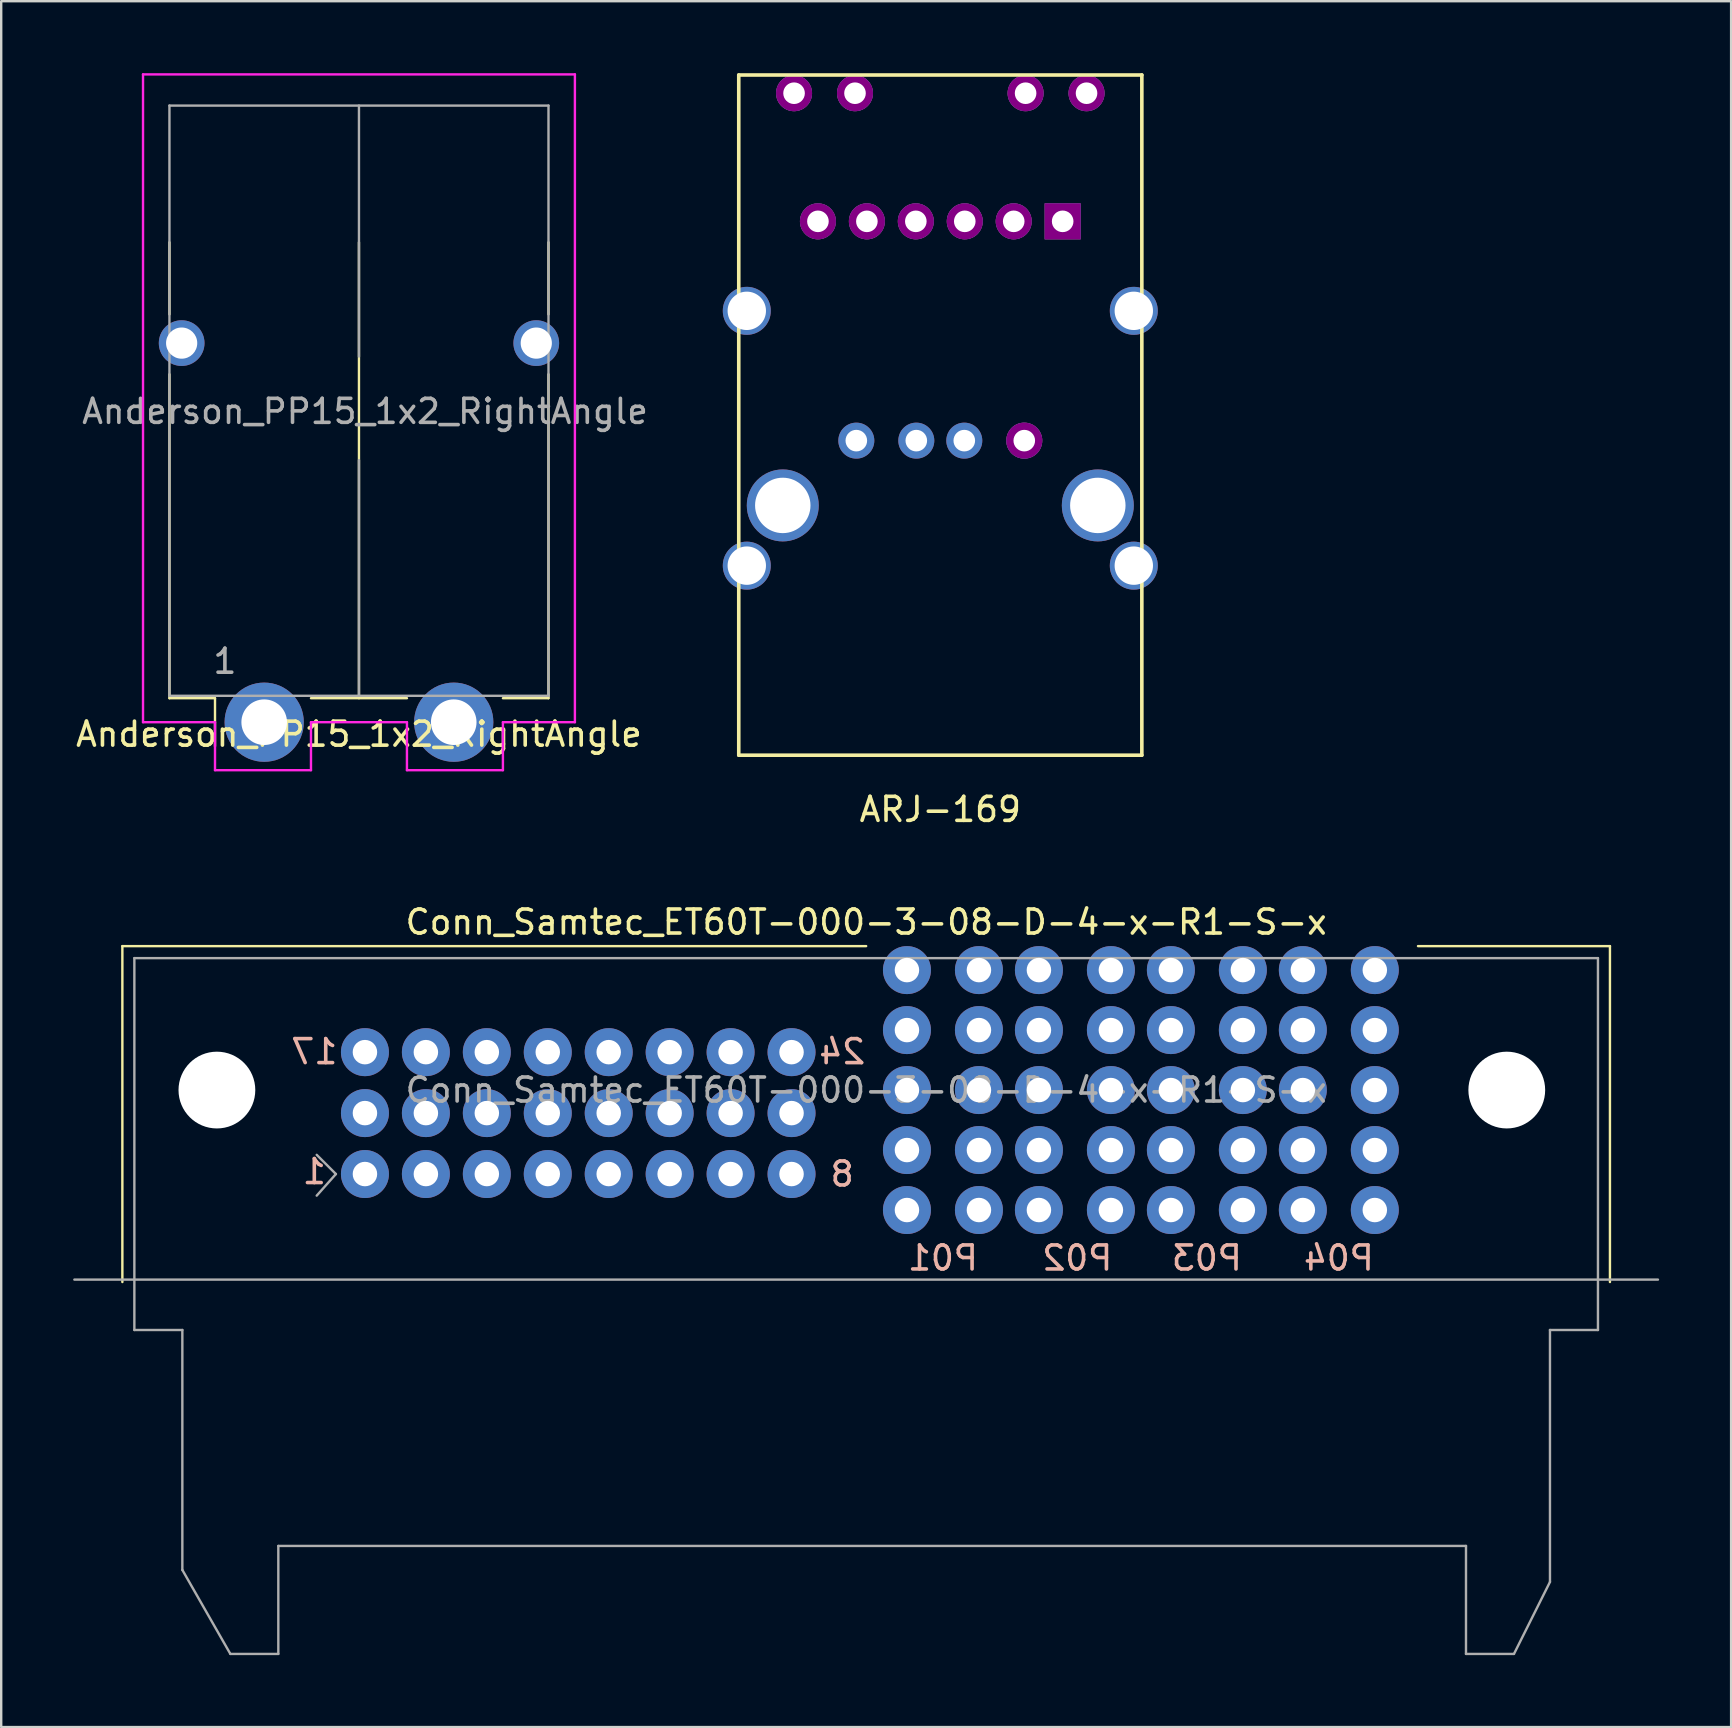
<source format=kicad_pcb>
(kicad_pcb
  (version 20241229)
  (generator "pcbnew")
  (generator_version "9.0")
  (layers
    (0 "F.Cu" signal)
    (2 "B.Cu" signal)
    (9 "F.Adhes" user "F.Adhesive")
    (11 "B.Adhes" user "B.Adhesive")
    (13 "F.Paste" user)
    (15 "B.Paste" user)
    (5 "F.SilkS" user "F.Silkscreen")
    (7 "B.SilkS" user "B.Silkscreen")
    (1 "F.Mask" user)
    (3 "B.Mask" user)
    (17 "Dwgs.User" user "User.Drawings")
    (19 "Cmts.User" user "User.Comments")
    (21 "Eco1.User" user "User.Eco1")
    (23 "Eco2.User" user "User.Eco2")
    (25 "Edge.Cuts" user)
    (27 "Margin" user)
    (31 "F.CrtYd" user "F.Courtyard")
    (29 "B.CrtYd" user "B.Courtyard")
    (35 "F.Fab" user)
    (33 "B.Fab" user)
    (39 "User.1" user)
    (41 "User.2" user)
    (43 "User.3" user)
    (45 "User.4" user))
  (footprint "ARJ-169"
    (layer "F.Cu")
    (at 36.14 20.525)
    (property "Reference" "ARJ-169" (at 0 10.16 0) (layer "F.SilkS") (effects (font (size 1 1) (thickness 0.15))))
    (attr through_hole)
    (fp_line (start -8.4 -20.45) (end 8.4 -20.45) (stroke (width 0.15) (type solid)) (layer "F.SilkS"))
    (fp_line (start -8.4 7.9) (end -8.4 -20.45) (stroke (width 0.15) (type solid)) (layer "F.SilkS"))
    (fp_line (start 8.4 -20.45) (end 8.4 7.9) (stroke (width 0.15) (type solid)) (layer "F.SilkS"))
    (fp_line (start 8.4 7.9) (end -8.4 7.9) (stroke (width 0.15) (type solid)) (layer "F.SilkS"))
    (pad "13" thru_hole circle (at 6.095 -19.69) (size 1.5 1.5) (drill 0.9) (layers "*.Cu" "*.Mask" "F.Adhes"))
    (pad "14" thru_hole circle (at 3.555 -19.69) (size 1.5 1.5) (drill 0.9) (layers "*.Cu" "*.Mask" "F.Adhes"))
    (pad "15" thru_hole circle (at -3.555 -19.69) (size 1.5 1.5) (drill 0.9) (layers "*.Cu" "*.Mask" "F.Adhes"))
    (pad "16" thru_hole circle (at -6.095 -19.69) (size 1.5 1.5) (drill 0.9) (layers "*.Cu" "*.Mask" "F.Adhes"))
    (pad "P1" thru_hole rect (at 5.1 -14.35) (size 1.5 1.5) (drill 0.9) (layers "*.Cu" "*.Mask" "F.Adhes"))
    (pad "P2" thru_hole circle (at 3.06 -14.35) (size 1.5 1.5) (drill 0.9) (layers "*.Cu" "*.Mask" "F.Adhes"))
    (pad "P3" thru_hole circle (at 1.02 -14.35) (size 1.5 1.5) (drill 0.9) (layers "*.Cu" "*.Mask" "F.Adhes"))
    (pad "P4" thru_hole circle (at -1.02 -14.35) (size 1.5 1.5) (drill 0.9) (layers "*.Cu" "*.Mask" "F.Adhes"))
    (pad "P5" thru_hole circle (at -3.06 -14.35) (size 1.5 1.5) (drill 0.9) (layers "*.Cu" "*.Mask" "F.Adhes"))
    (pad "P6" thru_hole circle (at -5.1 -14.35) (size 1.5 1.5) (drill 0.9) (layers "*.Cu" "*.Mask" "F.Adhes"))
    (pad "SH1" thru_hole circle (at 8.065 0) (size 2 2) (drill 1.6) (layers "*.Cu" "*.Mask"))
    (pad "SH2" thru_hole circle (at -8.065 0) (size 2 2) (drill 1.6) (layers "*.Cu" "*.Mask"))
    (pad "SH4" thru_hole circle (at -8.065 -10.62) (size 2 2) (drill 1.6) (layers "*.Cu" "*.Mask"))
    (pad "SH4" thru_hole circle (at 8.065 -10.62) (size 2 2) (drill 1.6) (layers "*.Cu" "*.Mask"))
    (pad "SH5" thru_hole circle (at -6.565 -2.51) (size 3 3) (drill 2.31) (layers "*.Cu" "*.Mask"))
    (pad "SH5" thru_hole circle (at 6.565 -2.51) (size 3 3) (drill 2.31) (layers "*.Cu" "*.Mask"))
    (pad "U1" thru_hole circle (at -3.5 -5.21) (size 1.5 1.5) (drill 0.9) (layers "*.Cu" "*.Mask"))
    (pad "U2" thru_hole circle (at -1 -5.21) (size 1.5 1.5) (drill 0.9) (layers "*.Cu" "*.Mask"))
    (pad "U3" thru_hole circle (at 1 -5.21) (size 1.5 1.5) (drill 0.9) (layers "*.Cu" "*.Mask"))
    (pad "U4" thru_hole circle (at 3.5 -5.21) (size 1.5 1.5) (drill 0.9) (layers "*.Cu" "*.Mask" "F.Adhes")))
  (footprint "Anderson_PP15_1x2_RightAngle"
    (layer "F.Cu")
    (at 7.911 27.05)
    (property "Reference" "Anderson_PP15_1x2_RightAngle" (at 4 0.5 0) (layer "F.SilkS") (effects (font (size 1 1) (thickness 0.15))))
    (attr through_hole)
    (fp_line (start -3.899 -20) (end -3.899 -17) (stroke (width 0.1) (type solid)) (layer "F.SilkS"))
    (fp_line (start -3.899 -14.5) (end -3.899 -1) (stroke (width 0.1) (type solid)) (layer "F.SilkS"))
    (fp_line (start -3.899 -1) (end -2 -1) (stroke (width 0.1) (type solid)) (layer "F.SilkS"))
    (fp_line (start -2 -1) (end -2 1) (stroke (width 0.1) (type solid)) (layer "F.SilkS"))
    (fp_line (start 2 -1) (end 6 -1) (stroke (width 0.1) (type solid)) (layer "F.SilkS"))
    (fp_line (start 4 -1) (end 4 -20) (stroke (width 0.1) (type solid)) (layer "F.SilkS"))
    (fp_line (start 10 -1) (end 11.899 -1) (stroke (width 0.1) (type solid)) (layer "F.SilkS"))
    (fp_line (start 11.899 -20) (end 11.899 -17) (stroke (width 0.1) (type solid)) (layer "F.SilkS"))
    (fp_line (start 11.899 -14.5) (end 11.899 -1) (stroke (width 0.1) (type solid)) (layer "F.SilkS"))
    (fp_line (start -5 -27) (end 13 -27) (stroke (width 0.1) (type solid)) (layer "F.CrtYd"))
    (fp_line (start -5 0) (end -5 -27) (stroke (width 0.1) (type solid)) (layer "F.CrtYd"))
    (fp_line (start -2 0) (end -5 0) (stroke (width 0.1) (type solid)) (layer "F.CrtYd"))
    (fp_line (start -2 2) (end -2 0) (stroke (width 0.1) (type solid)) (layer "F.CrtYd"))
    (fp_line (start 2 0) (end 6 0) (stroke (width 0.1) (type solid)) (layer "F.CrtYd"))
    (fp_line (start 2 2) (end -2 2) (stroke (width 0.1) (type solid)) (layer "F.CrtYd"))
    (fp_line (start 2 2) (end 2 0) (stroke (width 0.1) (type solid)) (layer "F.CrtYd"))
    (fp_line (start 6 0) (end 6 2) (stroke (width 0.1) (type solid)) (layer "F.CrtYd"))
    (fp_line (start 10 0) (end 10 2) (stroke (width 0.1) (type solid)) (layer "F.CrtYd"))
    (fp_line (start 10 2) (end 6 2) (stroke (width 0.1) (type solid)) (layer "F.CrtYd"))
    (fp_line (start 13 -27) (end 13 0) (stroke (width 0.1) (type solid)) (layer "F.CrtYd"))
    (fp_line (start 13 0) (end 10 0) (stroke (width 0.1) (type solid)) (layer "F.CrtYd"))
    (fp_line (start -3.899 -25.7) (end -3.899 -1.1) (stroke (width 0.1) (type solid)) (layer "F.Fab"))
    (fp_line (start -3.899 -25.7) (end 11.899 -25.7) (stroke (width 0.1) (type solid)) (layer "F.Fab"))
    (fp_line (start -3.899 -1.1) (end 11.899 -1.1) (stroke (width 0.1) (type solid)) (layer "F.Fab"))
    (fp_line (start 4 -15.24) (end 4 -25.7) (stroke (width 0.1) (type solid)) (layer "F.Fab"))
    (fp_line (start 4 -1.1) (end 4 -10.922) (stroke (width 0.1) (type solid)) (layer "F.Fab"))
    (fp_line (start 11.899 -25.7) (end 11.899 -1.1) (stroke (width 0.1) (type solid)) (layer "F.Fab"))
    (fp_text user "1" (at -1.588 -2.54 0) (layer "F.Fab") (effects (font (size 1 1) (thickness 0.15))))
    (fp_text user "${REFERENCE}" (at 4.254 -12.954 0) (layer "F.Fab") (effects (font (size 1 1) (thickness 0.15))))
    (pad "1" thru_hole circle (at 0.05 0) (size 3.302 3.302) (drill 1.9) (layers "*.Cu" "*.Mask"))
    (pad "2" thru_hole circle (at 7.95 0) (size 3.302 3.302) (drill 1.9) (layers "*.Cu" "*.Mask"))
    (pad "MH1" thru_hole circle (at -3.39 -15.8) (size 1.905 1.905) (drill 1.3) (layers "*.Cu" "*.Mask"))
    (pad "MH2" thru_hole circle (at 11.39 -15.8) (size 1.905 1.905) (drill 1.3) (layers "*.Cu" "*.Mask")))
  (footprint "Conn_Samtec_ET60T-000-3-08-D-4-x-R1-S-x"
    (layer "F.Cu")
    (at 33.05 42.382)
    (property "Reference" "Conn_Samtec_ET60T-000-3-08-D-4-x-R1-S-x" (at 0 -7 0) (layer "F.SilkS") (effects (font (size 1 1) (thickness 0.15))))
    (attr through_hole)
    (fp_line (start -31 -6) (end 0 -6) (stroke (width 0.1) (type solid)) (layer "F.SilkS"))
    (fp_line (start -31 8) (end -31 -6) (stroke (width 0.1) (type solid)) (layer "F.SilkS"))
    (fp_line (start 23 -6) (end 31 -6) (stroke (width 0.1) (type solid)) (layer "F.SilkS"))
    (fp_line (start 31 -6) (end 31 8) (stroke (width 0.1) (type solid)) (layer "F.SilkS"))
    (fp_line (start -33 7.9) (end 33 7.9) (stroke (width 0.1) (type solid)) (layer "F.Fab"))
    (fp_line (start -30.5 -5.5) (end -30.5 10) (stroke (width 0.1) (type solid)) (layer "F.Fab"))
    (fp_line (start -30.5 10) (end -28.5 10) (stroke (width 0.1) (type solid)) (layer "F.Fab"))
    (fp_line (start -28.5 10) (end -28.5 20) (stroke (width 0.1) (type solid)) (layer "F.Fab"))
    (fp_line (start -28.5 20) (end -26.5 23.5) (stroke (width 0.1) (type solid)) (layer "F.Fab"))
    (fp_line (start -26.5 23.5) (end -24.5 23.5) (stroke (width 0.1) (type solid)) (layer "F.Fab"))
    (fp_line (start -24.5 23.5) (end -24.5 19) (stroke (width 0.1) (type solid)) (layer "F.Fab"))
    (fp_line (start -22.1 3.5) (end -22.9 2.7) (stroke (width 0.1) (type solid)) (layer "F.Fab"))
    (fp_line (start -22.1 3.5) (end -22.9 4.4) (stroke (width 0.1) (type solid)) (layer "F.Fab"))
    (fp_line (start 25 19) (end -24.5 19) (stroke (width 0.1) (type solid)) (layer "F.Fab"))
    (fp_line (start 25 23.5) (end 25 19) (stroke (width 0.1) (type solid)) (layer "F.Fab"))
    (fp_line (start 27 23.5) (end 25 23.5) (stroke (width 0.1) (type solid)) (layer "F.Fab"))
    (fp_line (start 28.5 10) (end 28.5 20.5) (stroke (width 0.1) (type solid)) (layer "F.Fab"))
    (fp_line (start 28.5 20.5) (end 27 23.5) (stroke (width 0.1) (type solid)) (layer "F.Fab"))
    (fp_line (start 30.5 -5.5) (end -30.5 -5.5) (stroke (width 0.1) (type solid)) (layer "F.Fab"))
    (fp_line (start 30.5 10) (end 28.5 10) (stroke (width 0.1) (type solid)) (layer "F.Fab"))
    (fp_line (start 30.5 10) (end 30.5 -5.5) (stroke (width 0.1) (type solid)) (layer "F.Fab"))
    (fp_text user "P01" (at 3.2 7 0) (layer "B.SilkS") (effects (font (size 1 1) (thickness 0.15)) (justify mirror)))
    (fp_text user "8" (at -1 3.5 0) (layer "B.SilkS") (effects (font (size 1 1) (thickness 0.15)) (justify mirror)))
    (fp_text user "24" (at -1 -1.6 0) (layer "B.SilkS") (effects (font (size 1 1) (thickness 0.15)) (justify mirror)))
    (fp_text user "1" (at -23 3.4 0) (layer "B.SilkS") (effects (font (size 1 1) (thickness 0.15)) (justify mirror)))
    (fp_text user "17" (at -23 -1.6 0) (layer "B.SilkS") (effects (font (size 1 1) (thickness 0.15)) (justify mirror)))
    (fp_text user "P03" (at 14.2 7 0) (layer "B.SilkS") (effects (font (size 1 1) (thickness 0.15)) (justify mirror)))
    (fp_text user "P02" (at 8.8 7 0) (layer "B.SilkS") (effects (font (size 1 1) (thickness 0.15)) (justify mirror)))
    (fp_text user "P04" (at 19.7 7 0) (layer "B.SilkS") (effects (font (size 1 1) (thickness 0.15)) (justify mirror)))
    (fp_text user "${REFERENCE}" (at 0 0 0) (layer "F.Fab") (effects (font (size 1 1) (thickness 0.15))))
    (pad "" np_thru_hole circle (at -27.06 0) (size 3.2 3.2) (drill 3.2) (layers "*.Cu" "*.Mask"))
    (pad "" np_thru_hole circle (at 26.7 0) (size 3.2 3.2) (drill 3.2) (layers "*.Cu" "*.Mask"))
    (pad "1" thru_hole circle (at -20.89 3.5) (size 2 2) (drill 1.02) (layers "*.Cu" "*.Mask"))
    (pad "2" thru_hole circle (at -18.35 3.5) (size 2 2) (drill 1.02) (layers "*.Cu" "*.Mask"))
    (pad "3" thru_hole circle (at -15.81 3.5) (size 2 2) (drill 1.02) (layers "*.Cu" "*.Mask"))
    (pad "4" thru_hole circle (at -13.27 3.5) (size 2 2) (drill 1.02) (layers "*.Cu" "*.Mask"))
    (pad "5" thru_hole circle (at -10.73 3.5) (size 2 2) (drill 1.02) (layers "*.Cu" "*.Mask"))
    (pad "6" thru_hole circle (at -8.19 3.5) (size 2 2) (drill 1.02) (layers "*.Cu" "*.Mask"))
    (pad "7" thru_hole circle (at -5.65 3.5) (size 2 2) (drill 1.02) (layers "*.Cu" "*.Mask"))
    (pad "8" thru_hole circle (at -3.11 3.5) (size 2 2) (drill 1.02) (layers "*.Cu" "*.Mask"))
    (pad "9" thru_hole circle (at -20.89 0.96) (size 2 2) (drill 1.02) (layers "*.Cu" "*.Mask"))
    (pad "10" thru_hole circle (at -18.35 0.96) (size 2 2) (drill 1.02) (layers "*.Cu" "*.Mask"))
    (pad "11" thru_hole circle (at -15.81 0.96) (size 2 2) (drill 1.02) (layers "*.Cu" "*.Mask"))
    (pad "12" thru_hole circle (at -13.27 0.96) (size 2 2) (drill 1.02) (layers "*.Cu" "*.Mask"))
    (pad "13" thru_hole circle (at -10.73 0.96) (size 2 2) (drill 1.02) (layers "*.Cu" "*.Mask"))
    (pad "14" thru_hole circle (at -8.19 0.96) (size 2 2) (drill 1.02) (layers "*.Cu" "*.Mask"))
    (pad "15" thru_hole circle (at -5.65 0.96) (size 2 2) (drill 1.02) (layers "*.Cu" "*.Mask"))
    (pad "16" thru_hole circle (at -3.11 0.96) (size 2 2) (drill 1.02) (layers "*.Cu" "*.Mask"))
    (pad "17" thru_hole circle (at -20.89 -1.58) (size 2 2) (drill 1.02) (layers "*.Cu" "*.Mask"))
    (pad "18" thru_hole circle (at -18.35 -1.58) (size 2 2) (drill 1.02) (layers "*.Cu" "*.Mask"))
    (pad "19" thru_hole circle (at -15.81 -1.58) (size 2 2) (drill 1.02) (layers "*.Cu" "*.Mask"))
    (pad "20" thru_hole circle (at -13.27 -1.58) (size 2 2) (drill 1.02) (layers "*.Cu" "*.Mask"))
    (pad "21" thru_hole circle (at -10.73 -1.58) (size 2 2) (drill 1.02) (layers "*.Cu" "*.Mask"))
    (pad "22" thru_hole circle (at -8.19 -1.58) (size 2 2) (drill 1.02) (layers "*.Cu" "*.Mask"))
    (pad "23" thru_hole circle (at -5.65 -1.58) (size 2 2) (drill 1.02) (layers "*.Cu" "*.Mask"))
    (pad "24" thru_hole circle (at -3.11 -1.58) (size 2 2) (drill 1.02) (layers "*.Cu" "*.Mask"))
    (pad "P01" thru_hole circle (at 1.7 -5) (size 2 2) (drill 1.02) (layers "*.Cu" "*.Mask"))
    (pad "P01" thru_hole circle (at 1.7 -2.5) (size 2 2) (drill 1.02) (layers "*.Cu" "*.Mask"))
    (pad "P01" thru_hole circle (at 1.7 0) (size 2 2) (drill 1.02) (layers "*.Cu" "*.Mask"))
    (pad "P01" thru_hole circle (at 1.7 2.5) (size 2 2) (drill 1.02) (layers "*.Cu" "*.Mask"))
    (pad "P01" thru_hole circle (at 1.7 5) (size 2 2) (drill 1.02) (layers "*.Cu" "*.Mask"))
    (pad "P01" thru_hole circle (at 4.7 -5) (size 2 2) (drill 1.02) (layers "*.Cu" "*.Mask"))
    (pad "P01" thru_hole circle (at 4.7 -2.5) (size 2 2) (drill 1.02) (layers "*.Cu" "*.Mask"))
    (pad "P01" thru_hole circle (at 4.7 0) (size 2 2) (drill 1.02) (layers "*.Cu" "*.Mask"))
    (pad "P01" thru_hole circle (at 4.7 2.5) (size 2 2) (drill 1.02) (layers "*.Cu" "*.Mask"))
    (pad "P01" thru_hole circle (at 4.7 5) (size 2 2) (drill 1.02) (layers "*.Cu" "*.Mask"))
    (pad "P02" thru_hole circle (at 7.2 -5) (size 2 2) (drill 1.02) (layers "*.Cu" "*.Mask"))
    (pad "P02" thru_hole circle (at 7.2 -2.5) (size 2 2) (drill 1.02) (layers "*.Cu" "*.Mask"))
    (pad "P02" thru_hole circle (at 7.2 0) (size 2 2) (drill 1.02) (layers "*.Cu" "*.Mask"))
    (pad "P02" thru_hole circle (at 7.2 2.5) (size 2 2) (drill 1.02) (layers "*.Cu" "*.Mask"))
    (pad "P02" thru_hole circle (at 7.2 5) (size 2 2) (drill 1.02) (layers "*.Cu" "*.Mask"))
    (pad "P02" thru_hole circle (at 10.2 -5) (size 2 2) (drill 1.02) (layers "*.Cu" "*.Mask"))
    (pad "P02" thru_hole circle (at 10.2 -2.5) (size 2 2) (drill 1.02) (layers "*.Cu" "*.Mask"))
    (pad "P02" thru_hole circle (at 10.2 0) (size 2 2) (drill 1.02) (layers "*.Cu" "*.Mask"))
    (pad "P02" thru_hole circle (at 10.2 2.5) (size 2 2) (drill 1.02) (layers "*.Cu" "*.Mask"))
    (pad "P02" thru_hole circle (at 10.2 5) (size 2 2) (drill 1.02) (layers "*.Cu" "*.Mask"))
    (pad "P03" thru_hole circle (at 12.7 -5) (size 2 2) (drill 1.02) (layers "*.Cu" "*.Mask"))
    (pad "P03" thru_hole circle (at 12.7 -2.5) (size 2 2) (drill 1.02) (layers "*.Cu" "*.Mask"))
    (pad "P03" thru_hole circle (at 12.7 0) (size 2 2) (drill 1.02) (layers "*.Cu" "*.Mask"))
    (pad "P03" thru_hole circle (at 12.7 2.5) (size 2 2) (drill 1.02) (layers "*.Cu" "*.Mask"))
    (pad "P03" thru_hole circle (at 12.7 5) (size 2 2) (drill 1.02) (layers "*.Cu" "*.Mask"))
    (pad "P03" thru_hole circle (at 15.7 -5) (size 2 2) (drill 1.02) (layers "*.Cu" "*.Mask"))
    (pad "P03" thru_hole circle (at 15.7 -2.5) (size 2 2) (drill 1.02) (layers "*.Cu" "*.Mask"))
    (pad "P03" thru_hole circle (at 15.7 0) (size 2 2) (drill 1.02) (layers "*.Cu" "*.Mask"))
    (pad "P03" thru_hole circle (at 15.7 2.5) (size 2 2) (drill 1.02) (layers "*.Cu" "*.Mask"))
    (pad "P03" thru_hole circle (at 15.7 5) (size 2 2) (drill 1.02) (layers "*.Cu" "*.Mask"))
    (pad "P04" thru_hole circle (at 18.2 -5) (size 2 2) (drill 1.02) (layers "*.Cu" "*.Mask"))
    (pad "P04" thru_hole circle (at 18.2 -2.5) (size 2 2) (drill 1.02) (layers "*.Cu" "*.Mask"))
    (pad "P04" thru_hole circle (at 18.2 0) (size 2 2) (drill 1.02) (layers "*.Cu" "*.Mask"))
    (pad "P04" thru_hole circle (at 18.2 2.5) (size 2 2) (drill 1.02) (layers "*.Cu" "*.Mask"))
    (pad "P04" thru_hole circle (at 18.2 5) (size 2 2) (drill 1.02) (layers "*.Cu" "*.Mask"))
    (pad "P04" thru_hole circle (at 21.2 -5) (size 2 2) (drill 1.02) (layers "*.Cu" "*.Mask"))
    (pad "P04" thru_hole circle (at 21.2 -2.5) (size 2 2) (drill 1.02) (layers "*.Cu" "*.Mask"))
    (pad "P04" thru_hole circle (at 21.2 0) (size 2 2) (drill 1.02) (layers "*.Cu" "*.Mask"))
    (pad "P04" thru_hole circle (at 21.2 2.5) (size 2 2) (drill 1.02) (layers "*.Cu" "*.Mask"))
    (pad "P04" thru_hole circle (at 21.2 5) (size 2 2) (drill 1.02) (layers "*.Cu" "*.Mask")))
  (gr_rect
    (start -3 -3)
    (end 69.1 68.931)
    (stroke (width 0.1) (type default))
    (fill no)
    (layer "Edge.Cuts")))
</source>
